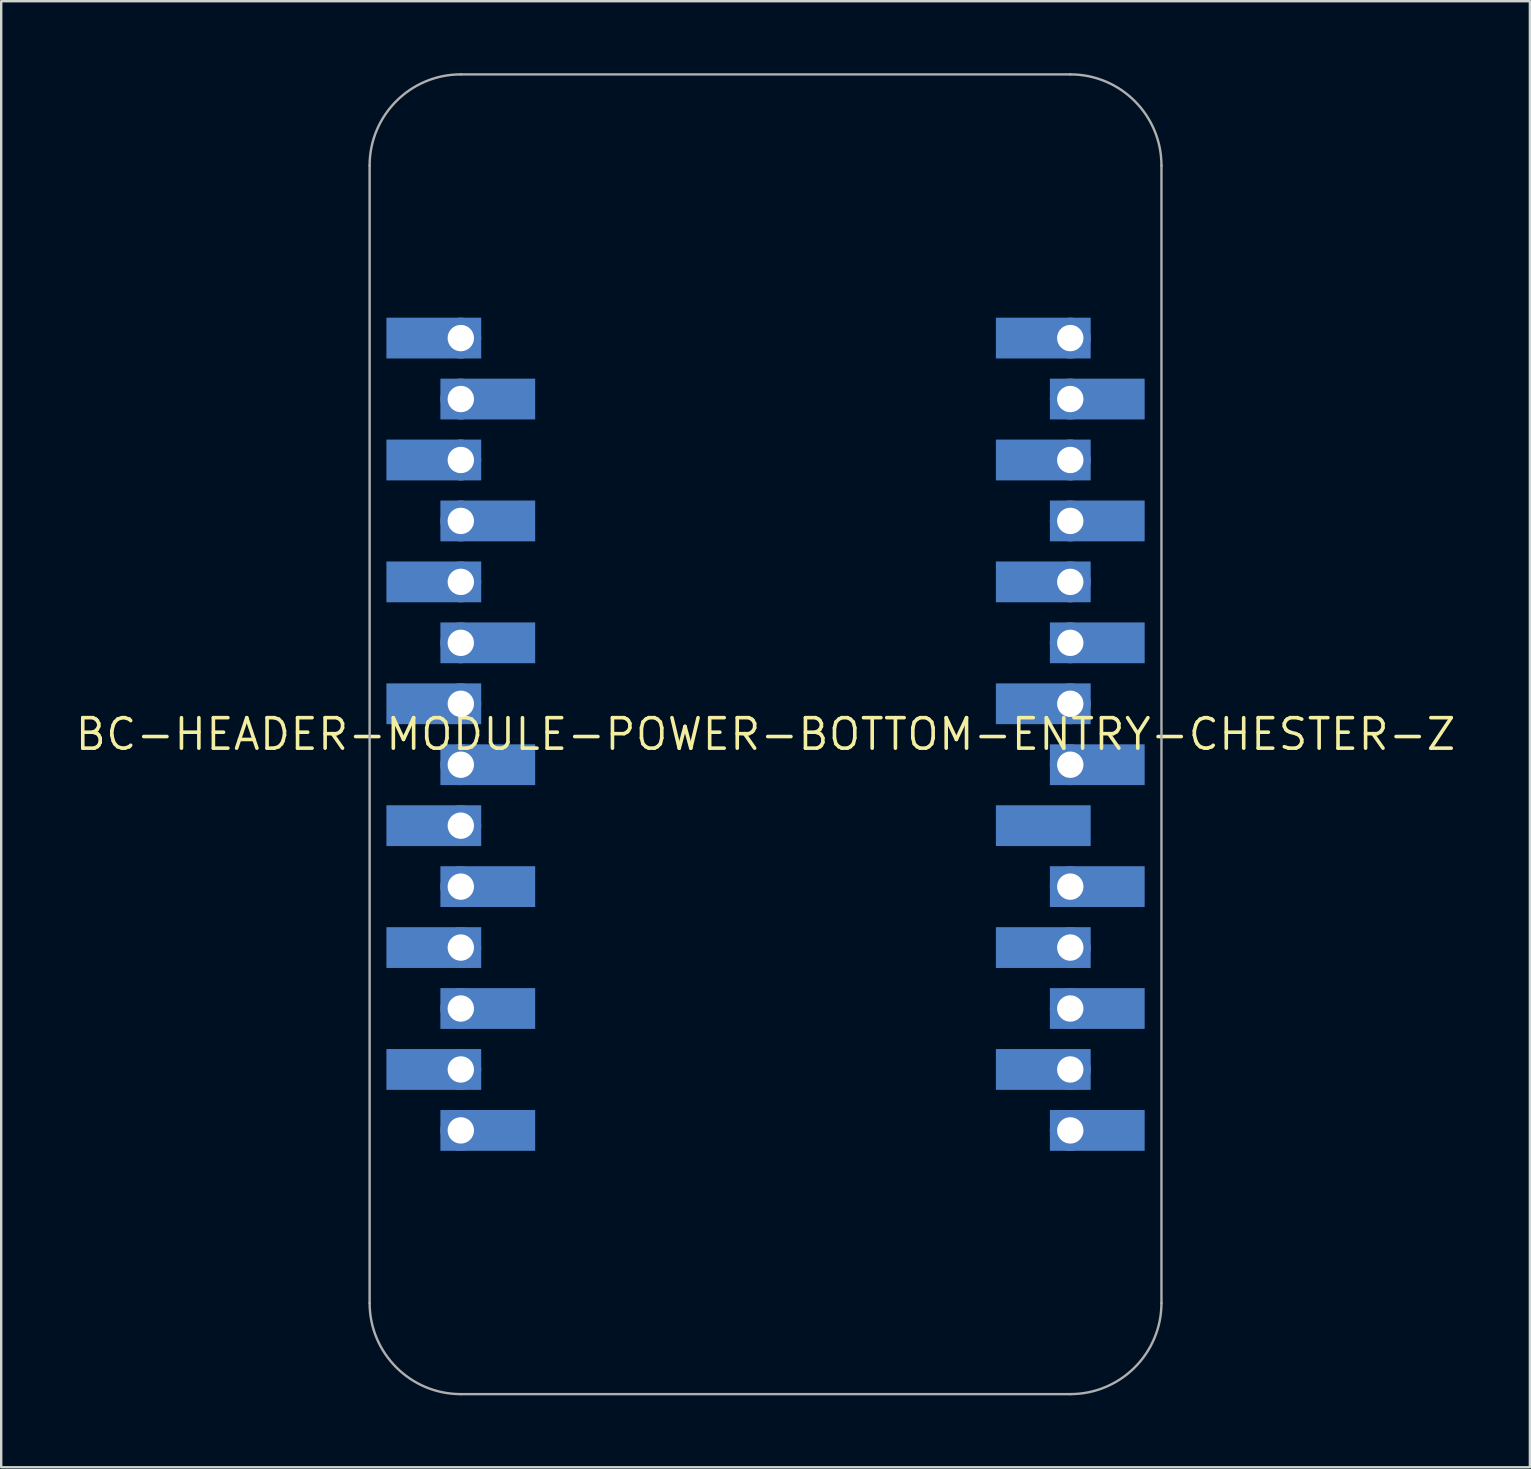
<source format=kicad_pcb>
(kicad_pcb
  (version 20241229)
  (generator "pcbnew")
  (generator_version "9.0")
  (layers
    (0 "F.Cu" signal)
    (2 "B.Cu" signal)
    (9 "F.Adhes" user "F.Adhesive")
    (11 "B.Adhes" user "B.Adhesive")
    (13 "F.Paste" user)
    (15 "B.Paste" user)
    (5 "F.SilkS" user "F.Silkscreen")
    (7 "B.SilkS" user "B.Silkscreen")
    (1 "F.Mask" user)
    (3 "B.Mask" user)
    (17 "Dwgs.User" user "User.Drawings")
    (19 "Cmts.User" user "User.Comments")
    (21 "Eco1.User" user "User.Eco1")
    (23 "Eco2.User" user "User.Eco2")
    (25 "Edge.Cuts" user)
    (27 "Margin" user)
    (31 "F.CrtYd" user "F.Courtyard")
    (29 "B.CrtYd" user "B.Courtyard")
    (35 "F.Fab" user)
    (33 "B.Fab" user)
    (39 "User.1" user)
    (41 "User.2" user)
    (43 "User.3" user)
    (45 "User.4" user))
  (footprint "BC-HEADER-MODULE-POWER-BOTTOM-ENTRY-CHESTER-Z"
    (layer "F.Cu")
    (at 28.854 27.55)
    (property "Reference" "BC-HEADER-MODULE-POWER-BOTTOM-ENTRY-CHESTER-Z" (at 0 0 0) (unlocked yes) (layer "F.SilkS") (effects (font (size 1.27 1.27) (thickness 0.15))))
    (fp_circle (center -12.7 -16.51) (end -12.225 -16.51) (stroke (width 0.95) (type solid)) (fill yes) (layer "F.Mask"))
    (fp_circle (center -12.7 -13.97) (end -12.225 -13.97) (stroke (width 0.95) (type solid)) (fill yes) (layer "F.Mask"))
    (fp_circle (center -12.7 -11.43) (end -12.225 -11.43) (stroke (width 0.95) (type solid)) (fill yes) (layer "F.Mask"))
    (fp_circle (center -12.7 -8.89) (end -12.225 -8.89) (stroke (width 0.95) (type solid)) (fill yes) (layer "F.Mask"))
    (fp_circle (center -12.7 -6.35) (end -12.225 -6.35) (stroke (width 0.95) (type solid)) (fill yes) (layer "F.Mask"))
    (fp_circle (center -12.7 -3.81) (end -12.225 -3.81) (stroke (width 0.95) (type solid)) (fill yes) (layer "F.Mask"))
    (fp_circle (center -12.7 -1.27) (end -12.225 -1.27) (stroke (width 0.95) (type solid)) (fill yes) (layer "F.Mask"))
    (fp_circle (center -12.7 1.27) (end -12.225 1.27) (stroke (width 0.95) (type solid)) (fill yes) (layer "F.Mask"))
    (fp_circle (center -12.7 3.81) (end -12.225 3.81) (stroke (width 0.95) (type solid)) (fill yes) (layer "F.Mask"))
    (fp_circle (center -12.7 6.35) (end -12.225 6.35) (stroke (width 0.95) (type solid)) (fill yes) (layer "F.Mask"))
    (fp_circle (center -12.7 8.89) (end -12.225 8.89) (stroke (width 0.95) (type solid)) (fill yes) (layer "F.Mask"))
    (fp_circle (center -12.7 11.43) (end -12.225 11.43) (stroke (width 0.95) (type solid)) (fill yes) (layer "F.Mask"))
    (fp_circle (center -12.7 13.97) (end -12.225 13.97) (stroke (width 0.95) (type solid)) (fill yes) (layer "F.Mask"))
    (fp_circle (center -12.7 16.51) (end -12.225 16.51) (stroke (width 0.95) (type solid)) (fill yes) (layer "F.Mask"))
    (fp_circle (center 12.7 -16.51) (end 13.175 -16.51) (stroke (width 0.95) (type solid)) (fill yes) (layer "F.Mask"))
    (fp_circle (center 12.7 -13.97) (end 13.175 -13.97) (stroke (width 0.95) (type solid)) (fill yes) (layer "F.Mask"))
    (fp_circle (center 12.7 -11.43) (end 13.175 -11.43) (stroke (width 0.95) (type solid)) (fill yes) (layer "F.Mask"))
    (fp_circle (center 12.7 -8.89) (end 13.175 -8.89) (stroke (width 0.95) (type solid)) (fill yes) (layer "F.Mask"))
    (fp_circle (center 12.7 -6.35) (end 13.175 -6.35) (stroke (width 0.95) (type solid)) (fill yes) (layer "F.Mask"))
    (fp_circle (center 12.7 -3.81) (end 13.175 -3.81) (stroke (width 0.95) (type solid)) (fill yes) (layer "F.Mask"))
    (fp_circle (center 12.7 -1.27) (end 13.175 -1.27) (stroke (width 0.95) (type solid)) (fill yes) (layer "F.Mask"))
    (fp_circle (center 12.7 1.27) (end 13.175 1.27) (stroke (width 0.95) (type solid)) (fill yes) (layer "F.Mask"))
    (fp_circle (center 12.7 6.35) (end 13.175 6.35) (stroke (width 0.95) (type solid)) (fill yes) (layer "F.Mask"))
    (fp_circle (center 12.7 8.89) (end 13.175 8.89) (stroke (width 0.95) (type solid)) (fill yes) (layer "F.Mask"))
    (fp_circle (center 12.7 11.43) (end 13.175 11.43) (stroke (width 0.95) (type solid)) (fill yes) (layer "F.Mask"))
    (fp_circle (center 12.7 13.97) (end 13.175 13.97) (stroke (width 0.95) (type solid)) (fill yes) (layer "F.Mask"))
    (fp_circle (center 12.7 16.51) (end 13.175 16.51) (stroke (width 0.95) (type solid)) (fill yes) (layer "F.Mask"))
    (fp_poly (pts (xy -11.85 -15.66) (xy -15.8 -15.66) (xy -15.8 -17.36) (xy -11.85 -17.36)) (stroke (width 0) (type default)) (fill yes) (layer "B.Cu"))
    (fp_poly (pts (xy -11.85 -10.58) (xy -15.8 -10.58) (xy -15.8 -12.28) (xy -11.85 -12.28)) (stroke (width 0) (type default)) (fill yes) (layer "B.Cu"))
    (fp_poly (pts (xy -11.85 -5.5) (xy -15.8 -5.5) (xy -15.8 -7.2) (xy -11.85 -7.2)) (stroke (width 0) (type default)) (fill yes) (layer "B.Cu"))
    (fp_poly (pts (xy -11.85 -0.42) (xy -15.8 -0.42) (xy -15.8 -2.12) (xy -11.85 -2.12)) (stroke (width 0) (type default)) (fill yes) (layer "B.Cu"))
    (fp_poly (pts (xy -11.85 4.66) (xy -15.8 4.66) (xy -15.8 2.96) (xy -11.85 2.96)) (stroke (width 0) (type default)) (fill yes) (layer "B.Cu"))
    (fp_poly (pts (xy -11.85 9.74) (xy -15.8 9.74) (xy -15.8 8.04) (xy -11.85 8.04)) (stroke (width 0) (type default)) (fill yes) (layer "B.Cu"))
    (fp_poly (pts (xy -11.85 14.82) (xy -15.8 14.82) (xy -15.8 13.12) (xy -11.85 13.12)) (stroke (width 0) (type default)) (fill yes) (layer "B.Cu"))
    (fp_poly (pts (xy -9.6 -13.12) (xy -13.55 -13.12) (xy -13.55 -14.82) (xy -9.6 -14.82)) (stroke (width 0) (type default)) (fill yes) (layer "B.Cu"))
    (fp_poly (pts (xy -9.6 -8.04) (xy -13.55 -8.04) (xy -13.55 -9.74) (xy -9.6 -9.74)) (stroke (width 0) (type default)) (fill yes) (layer "B.Cu"))
    (fp_poly (pts (xy -9.6 -2.96) (xy -13.55 -2.96) (xy -13.55 -4.66) (xy -9.6 -4.66)) (stroke (width 0) (type default)) (fill yes) (layer "B.Cu"))
    (fp_poly (pts (xy -9.6 2.12) (xy -13.55 2.12) (xy -13.55 0.42) (xy -9.6 0.42)) (stroke (width 0) (type default)) (fill yes) (layer "B.Cu"))
    (fp_poly (pts (xy -9.6 7.2) (xy -13.55 7.2) (xy -13.55 5.5) (xy -9.6 5.5)) (stroke (width 0) (type default)) (fill yes) (layer "B.Cu"))
    (fp_poly (pts (xy -9.6 12.28) (xy -13.55 12.28) (xy -13.55 10.58) (xy -9.6 10.58)) (stroke (width 0) (type default)) (fill yes) (layer "B.Cu"))
    (fp_poly (pts (xy -9.6 17.36) (xy -13.55 17.36) (xy -13.55 15.66) (xy -9.6 15.66)) (stroke (width 0) (type default)) (fill yes) (layer "B.Cu"))
    (fp_poly (pts (xy 13.55 -15.66) (xy 9.6 -15.66) (xy 9.6 -17.36) (xy 13.55 -17.36)) (stroke (width 0) (type default)) (fill yes) (layer "B.Cu"))
    (fp_poly (pts (xy 13.55 -10.58) (xy 9.6 -10.58) (xy 9.6 -12.28) (xy 13.55 -12.28)) (stroke (width 0) (type default)) (fill yes) (layer "B.Cu"))
    (fp_poly (pts (xy 13.55 -5.5) (xy 9.6 -5.5) (xy 9.6 -7.2) (xy 13.55 -7.2)) (stroke (width 0) (type default)) (fill yes) (layer "B.Cu"))
    (fp_poly (pts (xy 13.55 -0.42) (xy 9.6 -0.42) (xy 9.6 -2.12) (xy 13.55 -2.12)) (stroke (width 0) (type default)) (fill yes) (layer "B.Cu"))
    (fp_poly (pts (xy 13.55 4.66) (xy 9.6 4.66) (xy 9.6 2.96) (xy 13.55 2.96)) (stroke (width 0) (type default)) (fill yes) (layer "B.Cu"))
    (fp_poly (pts (xy 13.55 9.74) (xy 9.6 9.74) (xy 9.6 8.04) (xy 13.55 8.04)) (stroke (width 0) (type default)) (fill yes) (layer "B.Cu"))
    (fp_poly (pts (xy 13.55 14.82) (xy 9.6 14.82) (xy 9.6 13.12) (xy 13.55 13.12)) (stroke (width 0) (type default)) (fill yes) (layer "B.Cu"))
    (fp_poly (pts (xy 15.8 -13.12) (xy 11.85 -13.12) (xy 11.85 -14.82) (xy 15.8 -14.82)) (stroke (width 0) (type default)) (fill yes) (layer "B.Cu"))
    (fp_poly (pts (xy 15.8 -8.04) (xy 11.85 -8.04) (xy 11.85 -9.74) (xy 15.8 -9.74)) (stroke (width 0) (type default)) (fill yes) (layer "B.Cu"))
    (fp_poly (pts (xy 15.8 -2.96) (xy 11.85 -2.96) (xy 11.85 -4.66) (xy 15.8 -4.66)) (stroke (width 0) (type default)) (fill yes) (layer "B.Cu"))
    (fp_poly (pts (xy 15.8 2.12) (xy 11.85 2.12) (xy 11.85 0.42) (xy 15.8 0.42)) (stroke (width 0) (type default)) (fill yes) (layer "B.Cu"))
    (fp_poly (pts (xy 15.8 7.2) (xy 11.85 7.2) (xy 11.85 5.5) (xy 15.8 5.5)) (stroke (width 0) (type default)) (fill yes) (layer "B.Cu"))
    (fp_poly (pts (xy 15.8 12.28) (xy 11.85 12.28) (xy 11.85 10.58) (xy 15.8 10.58)) (stroke (width 0) (type default)) (fill yes) (layer "B.Cu"))
    (fp_poly (pts (xy 15.8 17.36) (xy 11.85 17.36) (xy 11.85 15.66) (xy 15.8 15.66)) (stroke (width 0) (type default)) (fill yes) (layer "B.Cu"))
    (fp_circle (center -12.7 -16.51) (end -12.25 -16.51) (stroke (width 0.9) (type solid)) (fill yes) (layer "B.Mask"))
    (fp_circle (center -12.7 -13.97) (end -12.25 -13.97) (stroke (width 0.9) (type solid)) (fill yes) (layer "B.Mask"))
    (fp_circle (center -12.7 -11.43) (end -12.25 -11.43) (stroke (width 0.9) (type solid)) (fill yes) (layer "B.Mask"))
    (fp_circle (center -12.7 -8.89) (end -12.25 -8.89) (stroke (width 0.9) (type solid)) (fill yes) (layer "B.Mask"))
    (fp_circle (center -12.7 -6.35) (end -12.25 -6.35) (stroke (width 0.9) (type solid)) (fill yes) (layer "B.Mask"))
    (fp_circle (center -12.7 -3.81) (end -12.25 -3.81) (stroke (width 0.9) (type solid)) (fill yes) (layer "B.Mask"))
    (fp_circle (center -12.7 -1.27) (end -12.25 -1.27) (stroke (width 0.9) (type solid)) (fill yes) (layer "B.Mask"))
    (fp_circle (center -12.7 1.27) (end -12.25 1.27) (stroke (width 0.9) (type solid)) (fill yes) (layer "B.Mask"))
    (fp_circle (center -12.7 3.81) (end -12.25 3.81) (stroke (width 0.9) (type solid)) (fill yes) (layer "B.Mask"))
    (fp_circle (center -12.7 6.35) (end -12.25 6.35) (stroke (width 0.9) (type solid)) (fill yes) (layer "B.Mask"))
    (fp_circle (center -12.7 8.89) (end -12.25 8.89) (stroke (width 0.9) (type solid)) (fill yes) (layer "B.Mask"))
    (fp_circle (center -12.7 11.43) (end -12.25 11.43) (stroke (width 0.9) (type solid)) (fill yes) (layer "B.Mask"))
    (fp_circle (center -12.7 13.97) (end -12.25 13.97) (stroke (width 0.9) (type solid)) (fill yes) (layer "B.Mask"))
    (fp_circle (center -12.7 16.51) (end -12.25 16.51) (stroke (width 0.9) (type solid)) (fill yes) (layer "B.Mask"))
    (fp_circle (center 12.7 -16.51) (end 13.15 -16.51) (stroke (width 0.9) (type solid)) (fill yes) (layer "B.Mask"))
    (fp_circle (center 12.7 -13.97) (end 13.15 -13.97) (stroke (width 0.9) (type solid)) (fill yes) (layer "B.Mask"))
    (fp_circle (center 12.7 -11.43) (end 13.15 -11.43) (stroke (width 0.9) (type solid)) (fill yes) (layer "B.Mask"))
    (fp_circle (center 12.7 -8.89) (end 13.15 -8.89) (stroke (width 0.9) (type solid)) (fill yes) (layer "B.Mask"))
    (fp_circle (center 12.7 -6.35) (end 13.15 -6.35) (stroke (width 0.9) (type solid)) (fill yes) (layer "B.Mask"))
    (fp_circle (center 12.7 -3.81) (end 13.15 -3.81) (stroke (width 0.9) (type solid)) (fill yes) (layer "B.Mask"))
    (fp_circle (center 12.7 -1.27) (end 13.15 -1.27) (stroke (width 0.9) (type solid)) (fill yes) (layer "B.Mask"))
    (fp_circle (center 12.7 1.27) (end 13.15 1.27) (stroke (width 0.9) (type solid)) (fill yes) (layer "B.Mask"))
    (fp_circle (center 12.7 3.81) (end 13.15 3.81) (stroke (width 0.9) (type solid)) (fill yes) (layer "B.Mask"))
    (fp_circle (center 12.7 6.35) (end 13.15 6.35) (stroke (width 0.9) (type solid)) (fill yes) (layer "B.Mask"))
    (fp_circle (center 12.7 8.89) (end 13.15 8.89) (stroke (width 0.9) (type solid)) (fill yes) (layer "B.Mask"))
    (fp_circle (center 12.7 11.43) (end 13.15 11.43) (stroke (width 0.9) (type solid)) (fill yes) (layer "B.Mask"))
    (fp_circle (center 12.7 13.97) (end 13.15 13.97) (stroke (width 0.9) (type solid)) (fill yes) (layer "B.Mask"))
    (fp_circle (center 12.7 16.51) (end 13.15 16.51) (stroke (width 0.9) (type solid)) (fill yes) (layer "B.Mask"))
    (fp_poly (pts (xy -15.9 -15.56) (xy -13.7 -15.56) (xy -13.7 -17.46) (xy -15.9 -17.46)) (stroke (width 0) (type default)) (fill yes) (layer "B.Mask"))
    (fp_poly (pts (xy -15.9 -10.48) (xy -13.7 -10.48) (xy -13.7 -12.38) (xy -15.9 -12.38)) (stroke (width 0) (type default)) (fill yes) (layer "B.Mask"))
    (fp_poly (pts (xy -15.9 -5.4) (xy -13.7 -5.4) (xy -13.7 -7.3) (xy -15.9 -7.3)) (stroke (width 0) (type default)) (fill yes) (layer "B.Mask"))
    (fp_poly (pts (xy -15.9 -0.32) (xy -13.7 -0.32) (xy -13.7 -2.22) (xy -15.9 -2.22)) (stroke (width 0) (type default)) (fill yes) (layer "B.Mask"))
    (fp_poly (pts (xy -15.9 4.76) (xy -13.7 4.76) (xy -13.7 2.86) (xy -15.9 2.86)) (stroke (width 0) (type default)) (fill yes) (layer "B.Mask"))
    (fp_poly (pts (xy -15.9 9.84) (xy -13.7 9.84) (xy -13.7 7.94) (xy -15.9 7.94)) (stroke (width 0) (type default)) (fill yes) (layer "B.Mask"))
    (fp_poly (pts (xy -15.9 14.92) (xy -13.7 14.92) (xy -13.7 13.02) (xy -15.9 13.02)) (stroke (width 0) (type default)) (fill yes) (layer "B.Mask"))
    (fp_poly (pts (xy -9.5 -14.92) (xy -11.7 -14.92) (xy -11.7 -13.02) (xy -9.5 -13.02)) (stroke (width 0) (type default)) (fill yes) (layer "B.Mask"))
    (fp_poly (pts (xy -9.5 -9.84) (xy -11.7 -9.84) (xy -11.7 -7.94) (xy -9.5 -7.94)) (stroke (width 0) (type default)) (fill yes) (layer "B.Mask"))
    (fp_poly (pts (xy -9.5 -4.76) (xy -11.7 -4.76) (xy -11.7 -2.86) (xy -9.5 -2.86)) (stroke (width 0) (type default)) (fill yes) (layer "B.Mask"))
    (fp_poly (pts (xy -9.5 0.32) (xy -11.7 0.32) (xy -11.7 2.22) (xy -9.5 2.22)) (stroke (width 0) (type default)) (fill yes) (layer "B.Mask"))
    (fp_poly (pts (xy -9.5 5.4) (xy -11.7 5.4) (xy -11.7 7.3) (xy -9.5 7.3)) (stroke (width 0) (type default)) (fill yes) (layer "B.Mask"))
    (fp_poly (pts (xy -9.5 10.48) (xy -11.7 10.48) (xy -11.7 12.38) (xy -9.5 12.38)) (stroke (width 0) (type default)) (fill yes) (layer "B.Mask"))
    (fp_poly (pts (xy -9.5 15.56) (xy -11.7 15.56) (xy -11.7 17.46) (xy -9.5 17.46)) (stroke (width 0) (type default)) (fill yes) (layer "B.Mask"))
    (fp_poly (pts (xy 9.5 -15.56) (xy 11.7 -15.56) (xy 11.7 -17.46) (xy 9.5 -17.46)) (stroke (width 0) (type default)) (fill yes) (layer "B.Mask"))
    (fp_poly (pts (xy 9.5 -10.48) (xy 11.7 -10.48) (xy 11.7 -12.38) (xy 9.5 -12.38)) (stroke (width 0) (type default)) (fill yes) (layer "B.Mask"))
    (fp_poly (pts (xy 9.5 -5.4) (xy 11.7 -5.4) (xy 11.7 -7.3) (xy 9.5 -7.3)) (stroke (width 0) (type default)) (fill yes) (layer "B.Mask"))
    (fp_poly (pts (xy 9.5 -0.32) (xy 11.7 -0.32) (xy 11.7 -2.22) (xy 9.5 -2.22)) (stroke (width 0) (type default)) (fill yes) (layer "B.Mask"))
    (fp_poly (pts (xy 9.5 4.76) (xy 11.7 4.76) (xy 11.7 2.86) (xy 9.5 2.86)) (stroke (width 0) (type default)) (fill yes) (layer "B.Mask"))
    (fp_poly (pts (xy 9.5 9.84) (xy 11.7 9.84) (xy 11.7 7.94) (xy 9.5 7.94)) (stroke (width 0) (type default)) (fill yes) (layer "B.Mask"))
    (fp_poly (pts (xy 9.5 14.92) (xy 11.7 14.92) (xy 11.7 13.02) (xy 9.5 13.02)) (stroke (width 0) (type default)) (fill yes) (layer "B.Mask"))
    (fp_poly (pts (xy 15.9 -14.92) (xy 13.7 -14.92) (xy 13.7 -13.02) (xy 15.9 -13.02)) (stroke (width 0) (type default)) (fill yes) (layer "B.Mask"))
    (fp_poly (pts (xy 15.9 -9.84) (xy 13.7 -9.84) (xy 13.7 -7.94) (xy 15.9 -7.94)) (stroke (width 0) (type default)) (fill yes) (layer "B.Mask"))
    (fp_poly (pts (xy 15.9 -4.76) (xy 13.7 -4.76) (xy 13.7 -2.86) (xy 15.9 -2.86)) (stroke (width 0) (type default)) (fill yes) (layer "B.Mask"))
    (fp_poly (pts (xy 15.9 0.32) (xy 13.7 0.32) (xy 13.7 2.22) (xy 15.9 2.22)) (stroke (width 0) (type default)) (fill yes) (layer "B.Mask"))
    (fp_poly (pts (xy 15.9 5.4) (xy 13.7 5.4) (xy 13.7 7.3) (xy 15.9 7.3)) (stroke (width 0) (type default)) (fill yes) (layer "B.Mask"))
    (fp_poly (pts (xy 15.9 10.48) (xy 13.7 10.48) (xy 13.7 12.38) (xy 15.9 12.38)) (stroke (width 0) (type default)) (fill yes) (layer "B.Mask"))
    (fp_poly (pts (xy 15.9 15.56) (xy 13.7 15.56) (xy 13.7 17.46) (xy 15.9 17.46)) (stroke (width 0) (type default)) (fill yes) (layer "B.Mask"))
    (fp_poly (pts (xy -13.75 -15.81) (xy -15.8 -15.81) (xy -15.8 -17.21) (xy -13.75 -17.21)) (stroke (width 0) (type default)) (fill yes) (layer "B.Paste"))
    (fp_poly (pts (xy -13.75 -10.73) (xy -15.8 -10.73) (xy -15.8 -12.13) (xy -13.75 -12.13)) (stroke (width 0) (type default)) (fill yes) (layer "B.Paste"))
    (fp_poly (pts (xy -13.75 -5.65) (xy -15.8 -5.65) (xy -15.8 -7.05) (xy -13.75 -7.05)) (stroke (width 0) (type default)) (fill yes) (layer "B.Paste"))
    (fp_poly (pts (xy -13.75 -0.57) (xy -15.8 -0.57) (xy -15.8 -1.97) (xy -13.75 -1.97)) (stroke (width 0) (type default)) (fill yes) (layer "B.Paste"))
    (fp_poly (pts (xy -13.75 4.51) (xy -15.8 4.51) (xy -15.8 3.11) (xy -13.75 3.11)) (stroke (width 0) (type default)) (fill yes) (layer "B.Paste"))
    (fp_poly (pts (xy -13.75 9.59) (xy -15.8 9.59) (xy -15.8 8.19) (xy -13.75 8.19)) (stroke (width 0) (type default)) (fill yes) (layer "B.Paste"))
    (fp_poly (pts (xy -13.75 14.67) (xy -15.8 14.67) (xy -15.8 13.27) (xy -13.75 13.27)) (stroke (width 0) (type default)) (fill yes) (layer "B.Paste"))
    (fp_poly (pts (xy -9.6 -13.27) (xy -11.65 -13.27) (xy -11.65 -14.67) (xy -9.6 -14.67)) (stroke (width 0) (type default)) (fill yes) (layer "B.Paste"))
    (fp_poly (pts (xy -9.6 -8.19) (xy -11.65 -8.19) (xy -11.65 -9.59) (xy -9.6 -9.59)) (stroke (width 0) (type default)) (fill yes) (layer "B.Paste"))
    (fp_poly (pts (xy -9.6 -3.11) (xy -11.65 -3.11) (xy -11.65 -4.51) (xy -9.6 -4.51)) (stroke (width 0) (type default)) (fill yes) (layer "B.Paste"))
    (fp_poly (pts (xy -9.6 1.97) (xy -11.65 1.97) (xy -11.65 0.57) (xy -9.6 0.57)) (stroke (width 0) (type default)) (fill yes) (layer "B.Paste"))
    (fp_poly (pts (xy -9.6 7.05) (xy -11.65 7.05) (xy -11.65 5.65) (xy -9.6 5.65)) (stroke (width 0) (type default)) (fill yes) (layer "B.Paste"))
    (fp_poly (pts (xy -9.6 12.13) (xy -11.65 12.13) (xy -11.65 10.73) (xy -9.6 10.73)) (stroke (width 0) (type default)) (fill yes) (layer "B.Paste"))
    (fp_poly (pts (xy -9.6 17.21) (xy -11.65 17.21) (xy -11.65 15.81) (xy -9.6 15.81)) (stroke (width 0) (type default)) (fill yes) (layer "B.Paste"))
    (fp_poly (pts (xy 11.65 -15.81) (xy 9.6 -15.81) (xy 9.6 -17.21) (xy 11.65 -17.21)) (stroke (width 0) (type default)) (fill yes) (layer "B.Paste"))
    (fp_poly (pts (xy 11.65 -10.73) (xy 9.6 -10.73) (xy 9.6 -12.13) (xy 11.65 -12.13)) (stroke (width 0) (type default)) (fill yes) (layer "B.Paste"))
    (fp_poly (pts (xy 11.65 -5.65) (xy 9.6 -5.65) (xy 9.6 -7.05) (xy 11.65 -7.05)) (stroke (width 0) (type default)) (fill yes) (layer "B.Paste"))
    (fp_poly (pts (xy 11.65 -0.57) (xy 9.6 -0.57) (xy 9.6 -1.97) (xy 11.65 -1.97)) (stroke (width 0) (type default)) (fill yes) (layer "B.Paste"))
    (fp_poly (pts (xy 11.65 4.51) (xy 9.6 4.51) (xy 9.6 3.11) (xy 11.65 3.11)) (stroke (width 0) (type default)) (fill yes) (layer "B.Paste"))
    (fp_poly (pts (xy 11.65 9.59) (xy 9.6 9.59) (xy 9.6 8.19) (xy 11.65 8.19)) (stroke (width 0) (type default)) (fill yes) (layer "B.Paste"))
    (fp_poly (pts (xy 11.65 14.67) (xy 9.6 14.67) (xy 9.6 13.27) (xy 11.65 13.27)) (stroke (width 0) (type default)) (fill yes) (layer "B.Paste"))
    (fp_poly (pts (xy 15.8 -13.27) (xy 13.75 -13.27) (xy 13.75 -14.67) (xy 15.8 -14.67)) (stroke (width 0) (type default)) (fill yes) (layer "B.Paste"))
    (fp_poly (pts (xy 15.8 -8.19) (xy 13.75 -8.19) (xy 13.75 -9.59) (xy 15.8 -9.59)) (stroke (width 0) (type default)) (fill yes) (layer "B.Paste"))
    (fp_poly (pts (xy 15.8 -3.11) (xy 13.75 -3.11) (xy 13.75 -4.51) (xy 15.8 -4.51)) (stroke (width 0) (type default)) (fill yes) (layer "B.Paste"))
    (fp_poly (pts (xy 15.8 1.97) (xy 13.75 1.97) (xy 13.75 0.57) (xy 15.8 0.57)) (stroke (width 0) (type default)) (fill yes) (layer "B.Paste"))
    (fp_poly (pts (xy 15.8 7.05) (xy 13.75 7.05) (xy 13.75 5.65) (xy 15.8 5.65)) (stroke (width 0) (type default)) (fill yes) (layer "B.Paste"))
    (fp_poly (pts (xy 15.8 12.13) (xy 13.75 12.13) (xy 13.75 10.73) (xy 15.8 10.73)) (stroke (width 0) (type default)) (fill yes) (layer "B.Paste"))
    (fp_poly (pts (xy 15.8 17.21) (xy 13.75 17.21) (xy 13.75 15.81) (xy 15.8 15.81)) (stroke (width 0) (type default)) (fill yes) (layer "B.Paste"))
    (fp_line (start -16.5 23.7) (end -16.5 -23.7) (stroke (width 0.1) (type solid)) (layer "F.Fab"))
    (fp_line (start -12.7 -27.5) (end 12.7 -27.5) (stroke (width 0.1) (type solid)) (layer "F.Fab"))
    (fp_line (start 12.7 27.5) (end -12.7 27.5) (stroke (width 0.1) (type solid)) (layer "F.Fab"))
    (fp_line (start 16.5 -23.7) (end 16.5 23.7) (stroke (width 0.1) (type solid)) (layer "F.Fab"))
    (fp_arc (start -16.5 -23.7) (mid -15.387006 -26.387006) (end -12.7 -27.5) (stroke (width 0.1) (type solid)) (layer "F.Fab"))
    (fp_arc (start -12.7 27.5) (mid -15.387006 26.387006) (end -16.5 23.7) (stroke (width 0.1) (type solid)) (layer "F.Fab"))
    (fp_arc (start 12.7 -27.5) (mid 15.387006 -26.387006) (end 16.5 -23.7) (stroke (width 0.1) (type solid)) (layer "F.Fab"))
    (fp_arc (start 16.5 23.7) (mid 15.387006 26.387006) (end 12.7 27.5) (stroke (width 0.1) (type solid)) (layer "F.Fab"))
    (pad "1" thru_hole circle (at -12.7 -16.51 270) (size 1.7 1.7) (drill 1.1) (layers "*.Cu"))
    (pad "2" thru_hole circle (at -12.7 -13.97 270) (size 1.7 1.7) (drill 1.1) (layers "*.Cu"))
    (pad "3" thru_hole circle (at -12.7 -11.43 270) (size 1.7 1.7) (drill 1.1) (layers "*.Cu"))
    (pad "4" thru_hole circle (at -12.7 -8.89 270) (size 1.7 1.7) (drill 1.1) (layers "*.Cu"))
    (pad "5" thru_hole circle (at -12.7 -6.35 270) (size 1.7 1.7) (drill 1.1) (layers "*.Cu"))
    (pad "6" thru_hole circle (at -12.7 -3.81 270) (size 1.7 1.7) (drill 1.1) (layers "*.Cu"))
    (pad "7" thru_hole circle (at -12.7 -1.27 270) (size 1.7 1.7) (drill 1.1) (layers "*.Cu"))
    (pad "8" thru_hole circle (at -12.7 1.27 270) (size 1.7 1.7) (drill 1.1) (layers "*.Cu"))
    (pad "9" thru_hole circle (at -12.7 3.81 270) (size 1.7 1.7) (drill 1.1) (layers "*.Cu"))
    (pad "10" thru_hole circle (at -12.7 6.35 270) (size 1.7 1.7) (drill 1.1) (layers "*.Cu"))
    (pad "11" thru_hole circle (at -12.7 8.89 270) (size 1.7 1.7) (drill 1.1) (layers "*.Cu"))
    (pad "12" thru_hole circle (at -12.7 11.43 270) (size 1.7 1.7) (drill 1.1) (layers "*.Cu"))
    (pad "13" thru_hole circle (at -12.7 13.97 270) (size 1.7 1.7) (drill 1.1) (layers "*.Cu"))
    (pad "14" thru_hole circle (at -12.7 16.51 270) (size 1.7 1.7) (drill 1.1) (layers "*.Cu"))
    (pad "15" thru_hole circle (at 12.7 16.51 90) (size 1.7 1.7) (drill 1.1) (layers "*.Cu"))
    (pad "16" thru_hole circle (at 12.7 13.97 90) (size 1.7 1.7) (drill 1.1) (layers "*.Cu"))
    (pad "17" thru_hole circle (at 12.7 11.43 90) (size 1.7 1.7) (drill 1.1) (layers "*.Cu"))
    (pad "18" thru_hole circle (at 12.7 8.89 90) (size 1.7 1.7) (drill 1.1) (layers "*.Cu"))
    (pad "19" thru_hole circle (at 12.7 6.35 90) (size 1.7 1.7) (drill 1.1) (layers "*.Cu"))
    (pad "21" thru_hole circle (at 12.7 1.27 90) (size 1.7 1.7) (drill 1.1) (layers "*.Cu"))
    (pad "22" thru_hole circle (at 12.7 -1.27 90) (size 1.7 1.7) (drill 1.1) (layers "*.Cu"))
    (pad "23" thru_hole circle (at 12.7 -3.81 90) (size 1.7 1.7) (drill 1.1) (layers "*.Cu"))
    (pad "24" thru_hole circle (at 12.7 -6.35 90) (size 1.7 1.7) (drill 1.1) (layers "*.Cu"))
    (pad "25" thru_hole circle (at 12.7 -8.89 90) (size 1.7 1.7) (drill 1.1) (layers "*.Cu"))
    (pad "26" thru_hole circle (at 12.7 -11.43 90) (size 1.7 1.7) (drill 1.1) (layers "*.Cu"))
    (pad "27" thru_hole circle (at 12.7 -13.97 90) (size 1.7 1.7) (drill 1.1) (layers "*.Cu"))
    (pad "28" thru_hole circle (at 12.7 -16.51 90) (size 1.7 1.7) (drill 1.1) (layers "*.Cu")))
  (gr_rect
    (start -3 -3)
    (end 60.709 58.1)
    (stroke (width 0.1) (type default))
    (fill no)
    (layer "Edge.Cuts")))
</source>
